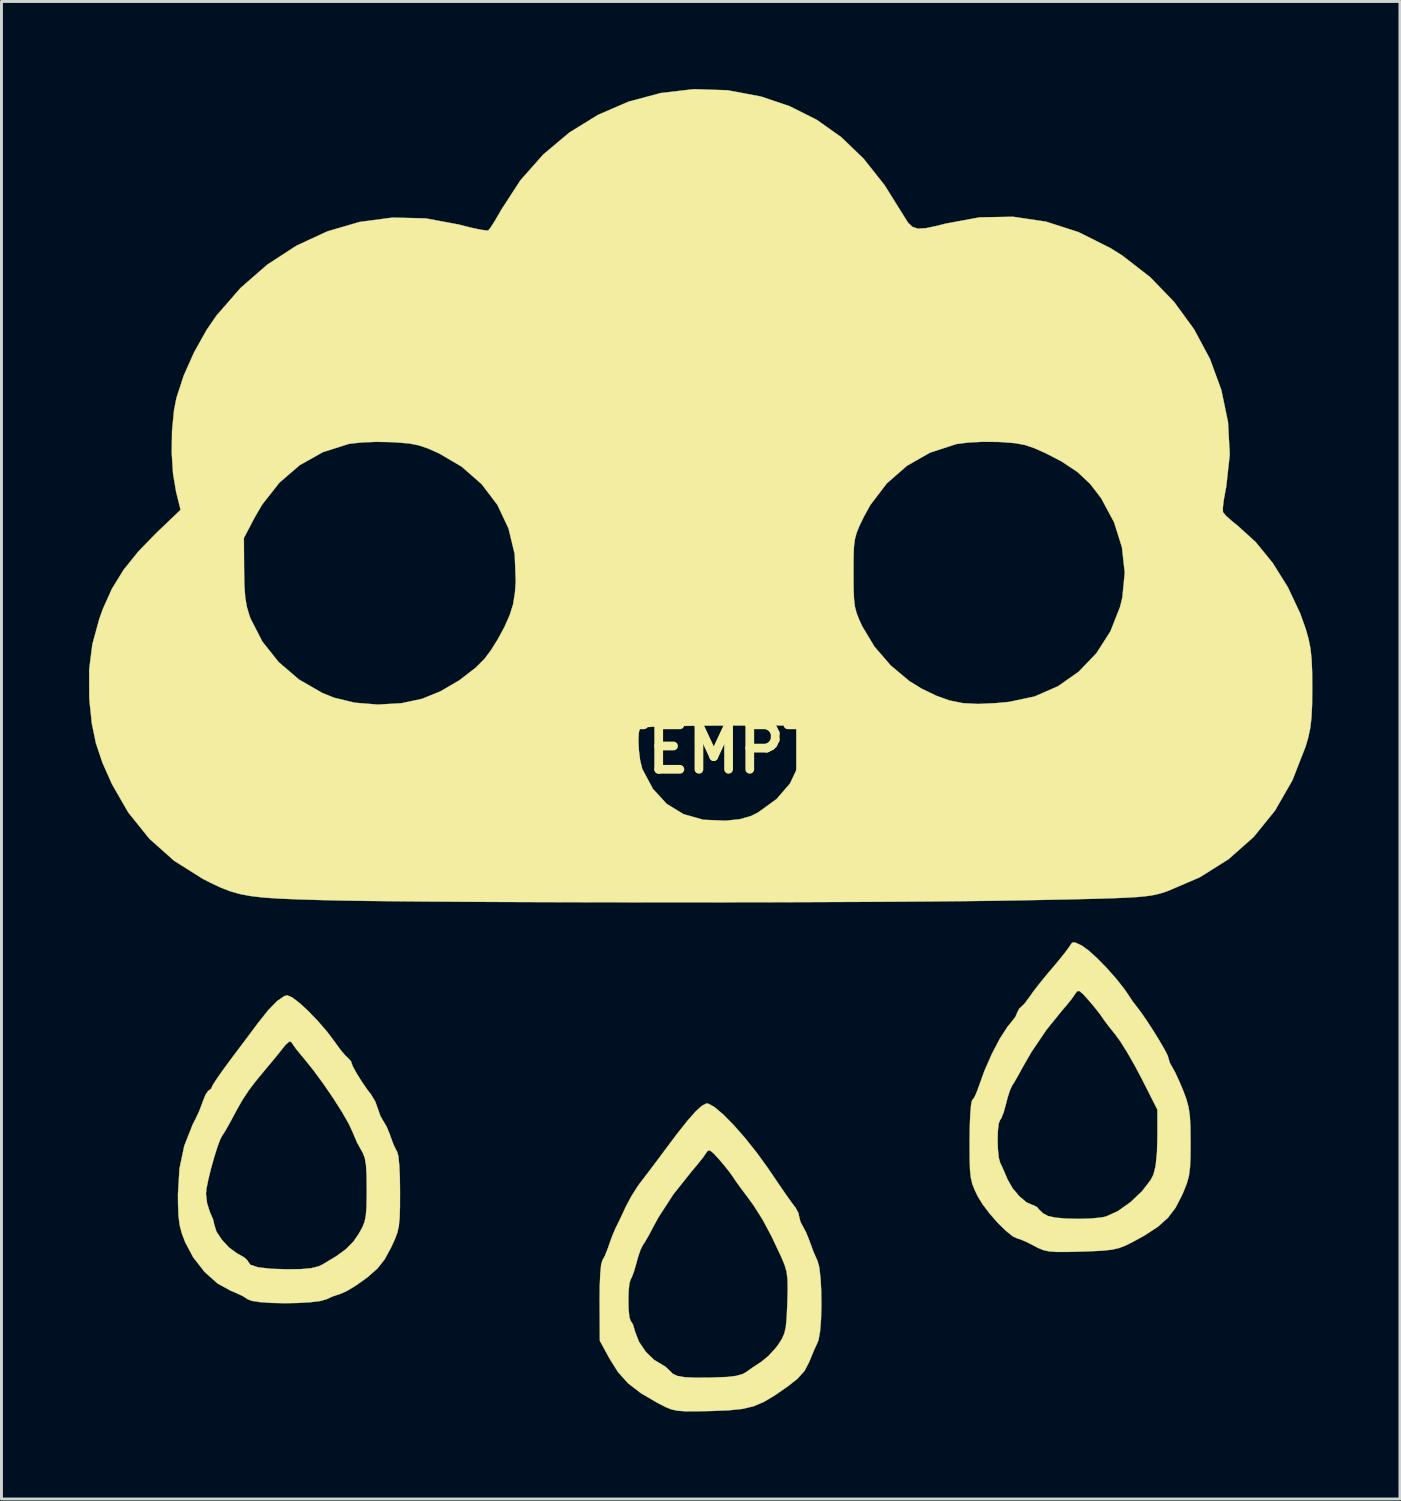
<source format=kicad_pcb>
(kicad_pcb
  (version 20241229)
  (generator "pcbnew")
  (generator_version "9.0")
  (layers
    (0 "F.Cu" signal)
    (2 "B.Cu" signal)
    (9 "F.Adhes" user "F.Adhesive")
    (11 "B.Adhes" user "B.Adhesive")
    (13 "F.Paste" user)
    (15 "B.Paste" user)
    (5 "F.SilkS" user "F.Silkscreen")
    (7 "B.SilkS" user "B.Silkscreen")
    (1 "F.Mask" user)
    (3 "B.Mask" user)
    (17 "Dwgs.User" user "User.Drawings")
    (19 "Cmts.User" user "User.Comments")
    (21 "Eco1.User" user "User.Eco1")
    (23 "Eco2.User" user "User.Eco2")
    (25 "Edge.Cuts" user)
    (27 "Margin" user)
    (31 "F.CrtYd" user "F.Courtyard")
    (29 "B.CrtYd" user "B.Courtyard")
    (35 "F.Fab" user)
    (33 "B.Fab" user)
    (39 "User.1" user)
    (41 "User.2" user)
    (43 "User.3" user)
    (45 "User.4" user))
  (footprint "ATTEMPT4"
    (layer "F.Cu")
    (at 20.972 22.621)
    (property "Reference" "ATTEMPT4" (at 0 0 0) (layer "F.SilkS") (effects (font (size 1.524 1.524) (thickness 0.3))))
    (attr through_hole)
    (fp_poly (pts (xy 0.24 12.142) (xy 0.461 12.264) (xy 0.763 12.52) (xy 1.122 12.884) (xy 1.512 13.329) (xy 1.911 13.83) (xy 2.294 14.359) (xy 2.371 14.472) (xy 2.65 14.885) (xy 2.899 15.247) (xy 3.096 15.524) (xy 3.216 15.684) (xy 3.232 15.702) (xy 3.339 15.898) (xy 3.355 15.992) (xy 3.407 16.2) (xy 3.485 16.345) (xy 3.6 16.561) (xy 3.717 16.85) (xy 3.735 16.903) (xy 3.85 17.216) (xy 3.973 17.497) (xy 3.988 17.526) (xy 4.05 17.749) (xy 4.093 18.112) (xy 4.118 18.563) (xy 4.124 19.053) (xy 4.111 19.528) (xy 4.079 19.94) (xy 4.028 20.235) (xy 3.997 20.32) (xy 3.887 20.559) (xy 3.755 20.873) (xy 3.708 20.991) (xy 3.55 21.297) (xy 3.308 21.568) (xy 2.993 21.818) (xy 2.532 22.139) (xy 2.153 22.365) (xy 1.801 22.515) (xy 1.423 22.605) (xy 0.963 22.653) (xy 0.369 22.677) (xy 0.335 22.678) (xy -0.175 22.689) (xy -0.539 22.688) (xy -0.801 22.669) (xy -1.007 22.625) (xy -1.201 22.549) (xy -1.428 22.433) (xy -1.49 22.401) (xy -2.068 22.063) (xy -2.504 21.725) (xy -2.845 21.344) (xy -3.128 20.895) (xy -3.468 20.272) (xy -3.476 18.96) (xy -3.476 18.88) (xy -2.49 18.88) (xy -2.482 19.199) (xy -2.457 19.456) (xy -2.414 19.59) (xy -2.409 19.593) (xy -2.333 19.715) (xy -2.266 19.939) (xy -2.264 19.951) (xy -2.128 20.304) (xy -1.89 20.655) (xy -1.604 20.93) (xy -1.452 21.02) (xy -1.219 21.16) (xy -1.077 21.294) (xy -0.968 21.404) (xy -0.809 21.477) (xy -0.565 21.519) (xy -0.204 21.536) (xy 0.311 21.533) (xy 0.393 21.531) (xy 0.877 21.512) (xy 1.21 21.473) (xy 1.433 21.408) (xy 1.543 21.345) (xy 1.789 21.173) (xy 2.066 20.99) (xy 2.074 20.985) (xy 2.315 20.785) (xy 2.565 20.51) (xy 2.648 20.399) (xy 2.771 20.206) (xy 2.853 20.022) (xy 2.904 19.798) (xy 2.934 19.485) (xy 2.954 19.035) (xy 2.957 18.971) (xy 2.969 18.497) (xy 2.962 18.158) (xy 2.929 17.9) (xy 2.861 17.668) (xy 2.752 17.406) (xy 2.74 17.38) (xy 2.412 16.686) (xy 2.112 16.125) (xy 1.81 15.646) (xy 1.585 15.336) (xy 1.367 15.046) (xy 1.19 14.8) (xy 1.094 14.656) (xy 0.985 14.501) (xy 0.796 14.264) (xy 0.641 14.081) (xy 0.432 13.85) (xy 0.307 13.75) (xy 0.228 13.761) (xy 0.177 13.832) (xy 0.064 13.995) (xy -0.132 14.241) (xy -0.32 14.462) (xy -0.951 15.256) (xy -1.47 16.057) (xy -1.635 16.363) (xy -1.791 16.658) (xy -1.927 16.893) (xy -1.992 16.988) (xy -2.073 17.149) (xy -2.165 17.422) (xy -2.21 17.59) (xy -2.293 17.882) (xy -2.373 18.097) (xy -2.409 18.159) (xy -2.454 18.298) (xy -2.481 18.559) (xy -2.49 18.88) (xy -3.476 18.88) (xy -3.472 18.414) (xy -3.454 17.972) (xy -3.424 17.665) (xy -3.384 17.523) (xy -3.292 17.354) (xy -3.189 17.091) (xy -3.163 17.013) (xy -3.053 16.703) (xy -2.938 16.429) (xy -2.918 16.39) (xy -2.804 16.159) (xy -2.657 15.848) (xy -2.59 15.701) (xy -2.403 15.344) (xy -2.18 14.989) (xy -2.106 14.887) (xy -1.905 14.623) (xy -1.729 14.392) (xy -1.682 14.329) (xy -1.533 14.132) (xy -1.338 13.87) (xy -1.271 13.779) (xy -0.82 13.178) (xy -0.461 12.726) (xy -0.183 12.411) (xy 0.026 12.221) (xy 0.177 12.142) (xy 0.24 12.142)) (stroke (width 0.01) (type solid)) (fill yes) (layer "F.SilkS"))
    (fp_poly (pts (xy 12.989 6.702) (xy 13.057 6.737) (xy 13.286 6.903) (xy 13.588 7.179) (xy 13.921 7.521) (xy 14.242 7.885) (xy 14.511 8.227) (xy 14.62 8.387) (xy 14.779 8.627) (xy 14.919 8.812) (xy 14.924 8.818) (xy 15.078 9.019) (xy 15.277 9.308) (xy 15.494 9.643) (xy 15.702 9.98) (xy 15.874 10.276) (xy 15.983 10.486) (xy 16.007 10.56) (xy 16.059 10.739) (xy 16.138 10.882) (xy 16.24 11.065) (xy 16.379 11.363) (xy 16.522 11.701) (xy 16.633 12.002) (xy 16.706 12.274) (xy 16.749 12.572) (xy 16.769 12.952) (xy 16.774 13.467) (xy 16.774 13.474) (xy 16.771 13.975) (xy 16.754 14.338) (xy 16.717 14.618) (xy 16.649 14.867) (xy 16.542 15.141) (xy 16.478 15.288) (xy 16.26 15.711) (xy 15.997 16.058) (xy 15.653 16.365) (xy 15.188 16.668) (xy 14.793 16.885) (xy 14.544 17.009) (xy 14.323 17.094) (xy 14.082 17.149) (xy 13.774 17.183) (xy 13.351 17.204) (xy 13.035 17.215) (xy 12.529 17.228) (xy 12.17 17.227) (xy 11.916 17.207) (xy 11.721 17.162) (xy 11.543 17.087) (xy 11.406 17.015) (xy 11.138 16.879) (xy 10.931 16.792) (xy 10.865 16.776) (xy 10.693 16.701) (xy 10.447 16.506) (xy 10.166 16.229) (xy 9.885 15.909) (xy 9.64 15.584) (xy 9.483 15.325) (xy 9.371 15.093) (xy 9.293 14.893) (xy 9.244 14.68) (xy 9.216 14.413) (xy 9.204 14.048) (xy 9.202 13.542) (xy 9.202 13.427) (xy 9.202 13.398) (xy 10.162 13.398) (xy 10.173 13.728) (xy 10.203 14.007) (xy 10.246 14.163) (xy 10.334 14.351) (xy 10.455 14.629) (xy 10.504 14.746) (xy 10.671 15.039) (xy 10.902 15.316) (xy 11.149 15.526) (xy 11.363 15.622) (xy 11.386 15.623) (xy 11.521 15.697) (xy 11.57 15.762) (xy 11.714 15.901) (xy 11.886 15.995) (xy 12.137 16.051) (xy 12.513 16.084) (xy 12.949 16.094) (xy 13.379 16.081) (xy 13.737 16.043) (xy 13.876 16.013) (xy 14.283 15.828) (xy 14.712 15.524) (xy 15.106 15.152) (xy 15.405 14.764) (xy 15.5 14.581) (xy 15.577 14.275) (xy 15.623 13.809) (xy 15.636 13.304) (xy 15.636 12.351) (xy 15.094 11.279) (xy 14.849 10.819) (xy 14.596 10.378) (xy 14.365 10.01) (xy 14.201 9.785) (xy 13.99 9.522) (xy 13.82 9.298) (xy 13.754 9.2) (xy 13.64 9.041) (xy 13.448 8.8) (xy 13.293 8.617) (xy 13.085 8.386) (xy 12.962 8.285) (xy 12.884 8.294) (xy 12.822 8.381) (xy 12.699 8.558) (xy 12.5 8.806) (xy 12.368 8.957) (xy 11.831 9.622) (xy 11.32 10.378) (xy 11.025 10.89) (xy 10.861 11.19) (xy 10.723 11.428) (xy 10.651 11.541) (xy 10.584 11.689) (xy 10.5 11.954) (xy 10.45 12.149) (xy 10.37 12.44) (xy 10.289 12.646) (xy 10.246 12.706) (xy 10.199 12.826) (xy 10.171 13.077) (xy 10.162 13.398) (xy 9.202 13.398) (xy 9.208 12.94) (xy 9.224 12.524) (xy 9.249 12.215) (xy 9.28 12.05) (xy 9.29 12.033) (xy 9.375 11.913) (xy 9.472 11.685) (xy 9.493 11.62) (xy 9.709 11.023) (xy 9.965 10.441) (xy 10.236 9.921) (xy 10.499 9.514) (xy 10.626 9.359) (xy 10.771 9.173) (xy 10.831 9.032) (xy 10.902 8.889) (xy 10.953 8.847) (xy 11.085 8.717) (xy 11.244 8.504) (xy 11.258 8.483) (xy 11.406 8.276) (xy 11.637 7.98) (xy 11.909 7.65) (xy 11.989 7.557) (xy 12.25 7.246) (xy 12.47 6.972) (xy 12.612 6.781) (xy 12.636 6.742) (xy 12.713 6.633) (xy 12.808 6.62) (xy 12.989 6.702)) (stroke (width 0.01) (type solid)) (fill yes) (layer "F.SilkS"))
    (fp_poly (pts (xy -14.011 8.506) (xy -13.759 8.697) (xy -13.455 8.977) (xy -13.13 9.315) (xy -12.817 9.678) (xy -12.547 10.035) (xy -12.529 10.062) (xy -12.341 10.319) (xy -12.177 10.511) (xy -12.108 10.572) (xy -11.994 10.694) (xy -11.981 10.742) (xy -11.93 10.876) (xy -11.801 11.11) (xy -11.625 11.391) (xy -11.438 11.664) (xy -11.304 11.837) (xy -11.162 12.076) (xy -11.076 12.317) (xy -10.986 12.573) (xy -10.884 12.748) (xy -10.776 12.93) (xy -10.664 13.201) (xy -10.639 13.275) (xy -10.538 13.549) (xy -10.438 13.755) (xy -10.416 13.787) (xy -10.373 13.937) (xy -10.341 14.25) (xy -10.32 14.694) (xy -10.315 15.177) (xy -10.317 15.697) (xy -10.329 16.072) (xy -10.357 16.35) (xy -10.41 16.578) (xy -10.495 16.802) (xy -10.619 17.071) (xy -10.623 17.078) (xy -10.843 17.483) (xy -11.086 17.792) (xy -11.419 18.085) (xy -11.514 18.157) (xy -11.832 18.381) (xy -12.125 18.558) (xy -12.332 18.655) (xy -12.345 18.658) (xy -12.626 18.753) (xy -12.837 18.849) (xy -13.049 18.908) (xy -13.391 18.951) (xy -13.815 18.976) (xy -14.275 18.984) (xy -14.725 18.974) (xy -15.117 18.946) (xy -15.404 18.901) (xy -15.531 18.85) (xy -15.703 18.74) (xy -15.975 18.613) (xy -16.106 18.562) (xy -16.568 18.308) (xy -17.014 17.909) (xy -17.403 17.41) (xy -17.676 16.896) (xy -17.791 16.594) (xy -17.864 16.316) (xy -17.905 16.004) (xy -17.921 15.597) (xy -17.924 15.254) (xy -17.923 15.235) (xy -16.965 15.235) (xy -16.926 15.561) (xy -16.831 15.858) (xy -16.822 15.876) (xy -16.72 16.114) (xy -16.678 16.296) (xy -16.606 16.53) (xy -16.421 16.809) (xy -16.172 17.077) (xy -15.907 17.272) (xy -15.869 17.292) (xy -15.652 17.416) (xy -15.534 17.526) (xy -15.528 17.548) (xy -15.44 17.669) (xy -15.176 17.754) (xy -14.73 17.805) (xy -14.186 17.822) (xy -13.694 17.815) (xy -13.348 17.782) (xy -13.1 17.718) (xy -12.977 17.66) (xy -12.503 17.376) (xy -12.163 17.127) (xy -11.916 16.876) (xy -11.725 16.6) (xy -11.607 16.387) (xy -11.529 16.192) (xy -11.485 15.967) (xy -11.463 15.661) (xy -11.456 15.225) (xy -11.456 15.092) (xy -11.461 14.593) (xy -11.481 14.244) (xy -11.523 14.004) (xy -11.591 13.83) (xy -11.628 13.767) (xy -11.781 13.49) (xy -11.919 13.17) (xy -11.93 13.142) (xy -12.069 12.84) (xy -12.302 12.433) (xy -12.602 11.961) (xy -12.94 11.467) (xy -13.29 10.992) (xy -13.622 10.578) (xy -13.687 10.503) (xy -13.873 10.276) (xy -14.002 10.093) (xy -14.025 10.049) (xy -14.1 10.01) (xy -14.24 10.133) (xy -14.299 10.207) (xy -14.487 10.442) (xy -14.734 10.743) (xy -14.905 10.946) (xy -15.247 11.36) (xy -15.502 11.695) (xy -15.712 12.014) (xy -15.92 12.38) (xy -16.014 12.556) (xy -16.181 12.866) (xy -16.317 13.104) (xy -16.395 13.223) (xy -16.399 13.227) (xy -16.472 13.36) (xy -16.572 13.629) (xy -16.684 13.985) (xy -16.793 14.376) (xy -16.886 14.753) (xy -16.948 15.064) (xy -16.965 15.235) (xy -17.923 15.235) (xy -17.872 14.368) (xy -17.707 13.588) (xy -17.417 12.855) (xy -17.312 12.652) (xy -17.193 12.395) (xy -17.077 12.086) (xy -17.066 12.053) (xy -16.972 11.825) (xy -16.882 11.701) (xy -16.862 11.694) (xy -16.776 11.62) (xy -16.774 11.598) (xy -16.719 11.488) (xy -16.57 11.26) (xy -16.349 10.947) (xy -16.079 10.582) (xy -16.079 10.581) (xy -15.787 10.193) (xy -15.52 9.837) (xy -15.309 9.555) (xy -15.192 9.397) (xy -14.836 8.948) (xy -14.527 8.631) (xy -14.281 8.46) (xy -14.178 8.435) (xy -14.011 8.506)) (stroke (width 0.01) (type solid)) (fill yes) (layer "F.SilkS"))
    (fp_poly (pts (xy 0.909 -22.578) (xy 2.06 -22.362) (xy 3.038 -22.031) (xy 3.966 -21.565) (xy 4.807 -20.969) (xy 5.575 -20.228) (xy 6.287 -19.328) (xy 6.94 -18.283) (xy 7.089 -18.045) (xy 7.239 -17.899) (xy 7.431 -17.837) (xy 7.704 -17.852) (xy 8.097 -17.936) (xy 8.387 -18.01) (xy 9.544 -18.223) (xy 10.69 -18.244) (xy 11.822 -18.076) (xy 12.936 -17.717) (xy 14.029 -17.169) (xy 14.438 -16.912) (xy 15.385 -16.178) (xy 16.206 -15.33) (xy 16.893 -14.389) (xy 17.437 -13.374) (xy 17.828 -12.307) (xy 18.057 -11.206) (xy 18.116 -10.094) (xy 17.995 -8.99) (xy 17.974 -8.887) (xy 17.912 -8.544) (xy 17.879 -8.269) (xy 17.884 -8.12) (xy 17.884 -8.12) (xy 17.983 -8.002) (xy 18.187 -7.818) (xy 18.376 -7.668) (xy 19.003 -7.098) (xy 19.589 -6.379) (xy 20.106 -5.552) (xy 20.527 -4.659) (xy 20.719 -4.122) (xy 20.816 -3.778) (xy 20.881 -3.453) (xy 20.92 -3.091) (xy 20.939 -2.64) (xy 20.943 -2.109) (xy 20.938 -1.531) (xy 20.917 -1.092) (xy 20.877 -0.737) (xy 20.809 -0.414) (xy 20.719 -0.1) (xy 20.262 1.068) (xy 19.667 2.104) (xy 18.938 3.005) (xy 18.077 3.768) (xy 17.088 4.39) (xy 15.973 4.868) (xy 15.911 4.889) (xy 15.756 4.938) (xy 15.596 4.98) (xy 15.413 5.015) (xy 15.188 5.044) (xy 14.904 5.069) (xy 14.54 5.09) (xy 14.078 5.108) (xy 13.499 5.126) (xy 12.785 5.143) (xy 11.917 5.161) (xy 10.879 5.181) (xy 10.006 5.195) (xy 8.981 5.207) (xy 7.825 5.218) (xy 6.557 5.227) (xy 5.195 5.234) (xy 3.758 5.24) (xy 2.266 5.245) (xy 0.738 5.247) (xy -0.807 5.248) (xy -2.35 5.247) (xy -3.871 5.245) (xy -5.353 5.241) (xy -6.775 5.236) (xy -8.118 5.229) (xy -9.364 5.221) (xy -10.492 5.211) (xy -11.485 5.199) (xy -12.323 5.186) (xy -12.94 5.172) (xy -13.777 5.148) (xy -14.453 5.12) (xy -14.998 5.083) (xy -15.442 5.031) (xy -15.815 4.96) (xy -16.148 4.864) (xy -16.47 4.738) (xy -16.812 4.576) (xy -17.072 4.443) (xy -18.054 3.825) (xy -18.905 3.067) (xy -19.627 2.168) (xy -20.185 1.198) (xy -20.51 0.467) (xy -20.733 -0.196) (xy -20.755 -0.302) (xy -2.146 -0.302) (xy -2.13 0.037) (xy -2.088 0.376) (xy -2.021 0.653) (xy -2.006 0.695) (xy -1.648 1.362) (xy -1.179 1.873) (xy -0.603 2.226) (xy 0.078 2.419) (xy 0.842 2.451) (xy 1.327 2.399) (xy 1.699 2.295) (xy 1.95 2.171) (xy 2.586 1.71) (xy 3.047 1.177) (xy 3.331 0.577) (xy 3.436 -0.089) (xy 3.432 -0.304) (xy 3.403 -0.815) (xy 0.697 -0.809) (xy -0.005 -0.805) (xy -0.645 -0.796) (xy -1.197 -0.784) (xy -1.637 -0.769) (xy -1.938 -0.751) (xy -2.077 -0.732) (xy -2.083 -0.729) (xy -2.131 -0.578) (xy -2.146 -0.302) (xy -20.755 -0.302) (xy -20.874 -0.871) (xy -20.954 -1.638) (xy -20.963 -1.785) (xy -20.967 -2.727) (xy -20.858 -3.59) (xy -20.622 -4.458) (xy -20.498 -4.803) (xy -20.186 -5.498) (xy -19.789 -6.143) (xy -19.276 -6.781) (xy -18.831 -7.237) (xy -15.665 -7.237) (xy -15.658 -6.134) (xy -15.647 -5.596) (xy -15.618 -5.193) (xy -15.562 -4.871) (xy -15.473 -4.573) (xy -15.436 -4.474) (xy -15.032 -3.686) (xy -14.472 -2.983) (xy -13.781 -2.39) (xy -12.983 -1.929) (xy -12.578 -1.765) (xy -11.865 -1.592) (xy -11.069 -1.528) (xy -10.265 -1.575) (xy -9.557 -1.726) (xy -8.925 -1.985) (xy -8.289 -2.356) (xy -7.722 -2.793) (xy -7.418 -3.098) (xy -7.201 -3.389) (xy -6.959 -3.776) (xy -6.743 -4.177) (xy -6.733 -4.197) (xy -6.553 -4.604) (xy -6.442 -4.958) (xy -6.379 -5.346) (xy -6.35 -5.736) (xy -6.361 -6.043) (xy 5.224 -6.043) (xy 5.226 -5.534) (xy 5.24 -5.167) (xy 5.271 -4.893) (xy 5.329 -4.663) (xy 5.422 -4.427) (xy 5.52 -4.215) (xy 5.941 -3.515) (xy 6.497 -2.87) (xy 7.139 -2.332) (xy 7.559 -2.074) (xy 8.062 -1.831) (xy 8.517 -1.668) (xy 8.977 -1.577) (xy 9.492 -1.55) (xy 10.112 -1.579) (xy 10.557 -1.621) (xy 11.427 -1.805) (xy 12.229 -2.156) (xy 12.942 -2.656) (xy 13.547 -3.288) (xy 14.025 -4.033) (xy 14.356 -4.872) (xy 14.436 -5.197) (xy 14.518 -6.051) (xy 14.421 -6.922) (xy 14.151 -7.779) (xy 13.714 -8.592) (xy 13.704 -8.607) (xy 13.329 -9.095) (xy 12.897 -9.499) (xy 12.36 -9.856) (xy 11.816 -10.138) (xy 11.426 -10.312) (xy 11.104 -10.422) (xy 10.773 -10.485) (xy 10.354 -10.519) (xy 10.173 -10.528) (xy 9.662 -10.533) (xy 9.169 -10.509) (xy 8.774 -10.459) (xy 8.732 -10.45) (xy 7.848 -10.162) (xy 7.054 -9.71) (xy 6.366 -9.109) (xy 5.803 -8.371) (xy 5.583 -7.974) (xy 5.434 -7.667) (xy 5.334 -7.425) (xy 5.272 -7.198) (xy 5.239 -6.935) (xy 5.226 -6.585) (xy 5.224 -6.1) (xy 5.224 -6.043) (xy -6.361 -6.043) (xy -6.385 -6.682) (xy -6.598 -7.565) (xy -6.977 -8.369) (xy -7.516 -9.08) (xy -8.203 -9.682) (xy -8.97 -10.131) (xy -9.352 -10.302) (xy -9.672 -10.411) (xy -10.003 -10.475) (xy -10.423 -10.511) (xy -10.625 -10.522) (xy -11.121 -10.531) (xy -11.607 -10.512) (xy -12.001 -10.471) (xy -12.084 -10.456) (xy -12.957 -10.179) (xy -13.75 -9.734) (xy -14.449 -9.132) (xy -15.037 -8.384) (xy -15.288 -7.955) (xy -15.665 -7.237) (xy -18.831 -7.237) (xy -18.641 -7.431) (xy -17.835 -8.201) (xy -17.988 -8.821) (xy -18.092 -9.439) (xy -18.138 -10.162) (xy -18.127 -10.912) (xy -18.059 -11.613) (xy -17.978 -12.029) (xy -17.73 -12.794) (xy -17.371 -13.6) (xy -16.94 -14.369) (xy -16.605 -14.857) (xy -15.779 -15.805) (xy -14.86 -16.606) (xy -13.863 -17.254) (xy -12.806 -17.742) (xy -11.705 -18.065) (xy -10.575 -18.215) (xy -9.435 -18.188) (xy -8.3 -17.977) (xy -8.293 -17.975) (xy -7.895 -17.873) (xy -7.566 -17.803) (xy -7.349 -17.772) (xy -7.29 -17.777) (xy -7.206 -17.881) (xy -7.061 -18.109) (xy -6.884 -18.415) (xy -6.851 -18.475) (xy -6.188 -19.495) (xy -5.402 -20.382) (xy -4.511 -21.131) (xy -3.531 -21.735) (xy -2.482 -22.189) (xy -1.38 -22.484) (xy -0.244 -22.616) (xy 0.909 -22.578)) (stroke (width 0.01) (type solid)) (fill yes) (layer "F.SilkS")))
  (gr_rect
    (start -3 -3)
    (end 44.92 48.315)
    (stroke (width 0.1) (type default))
    (fill no)
    (layer "Edge.Cuts")))
</source>
